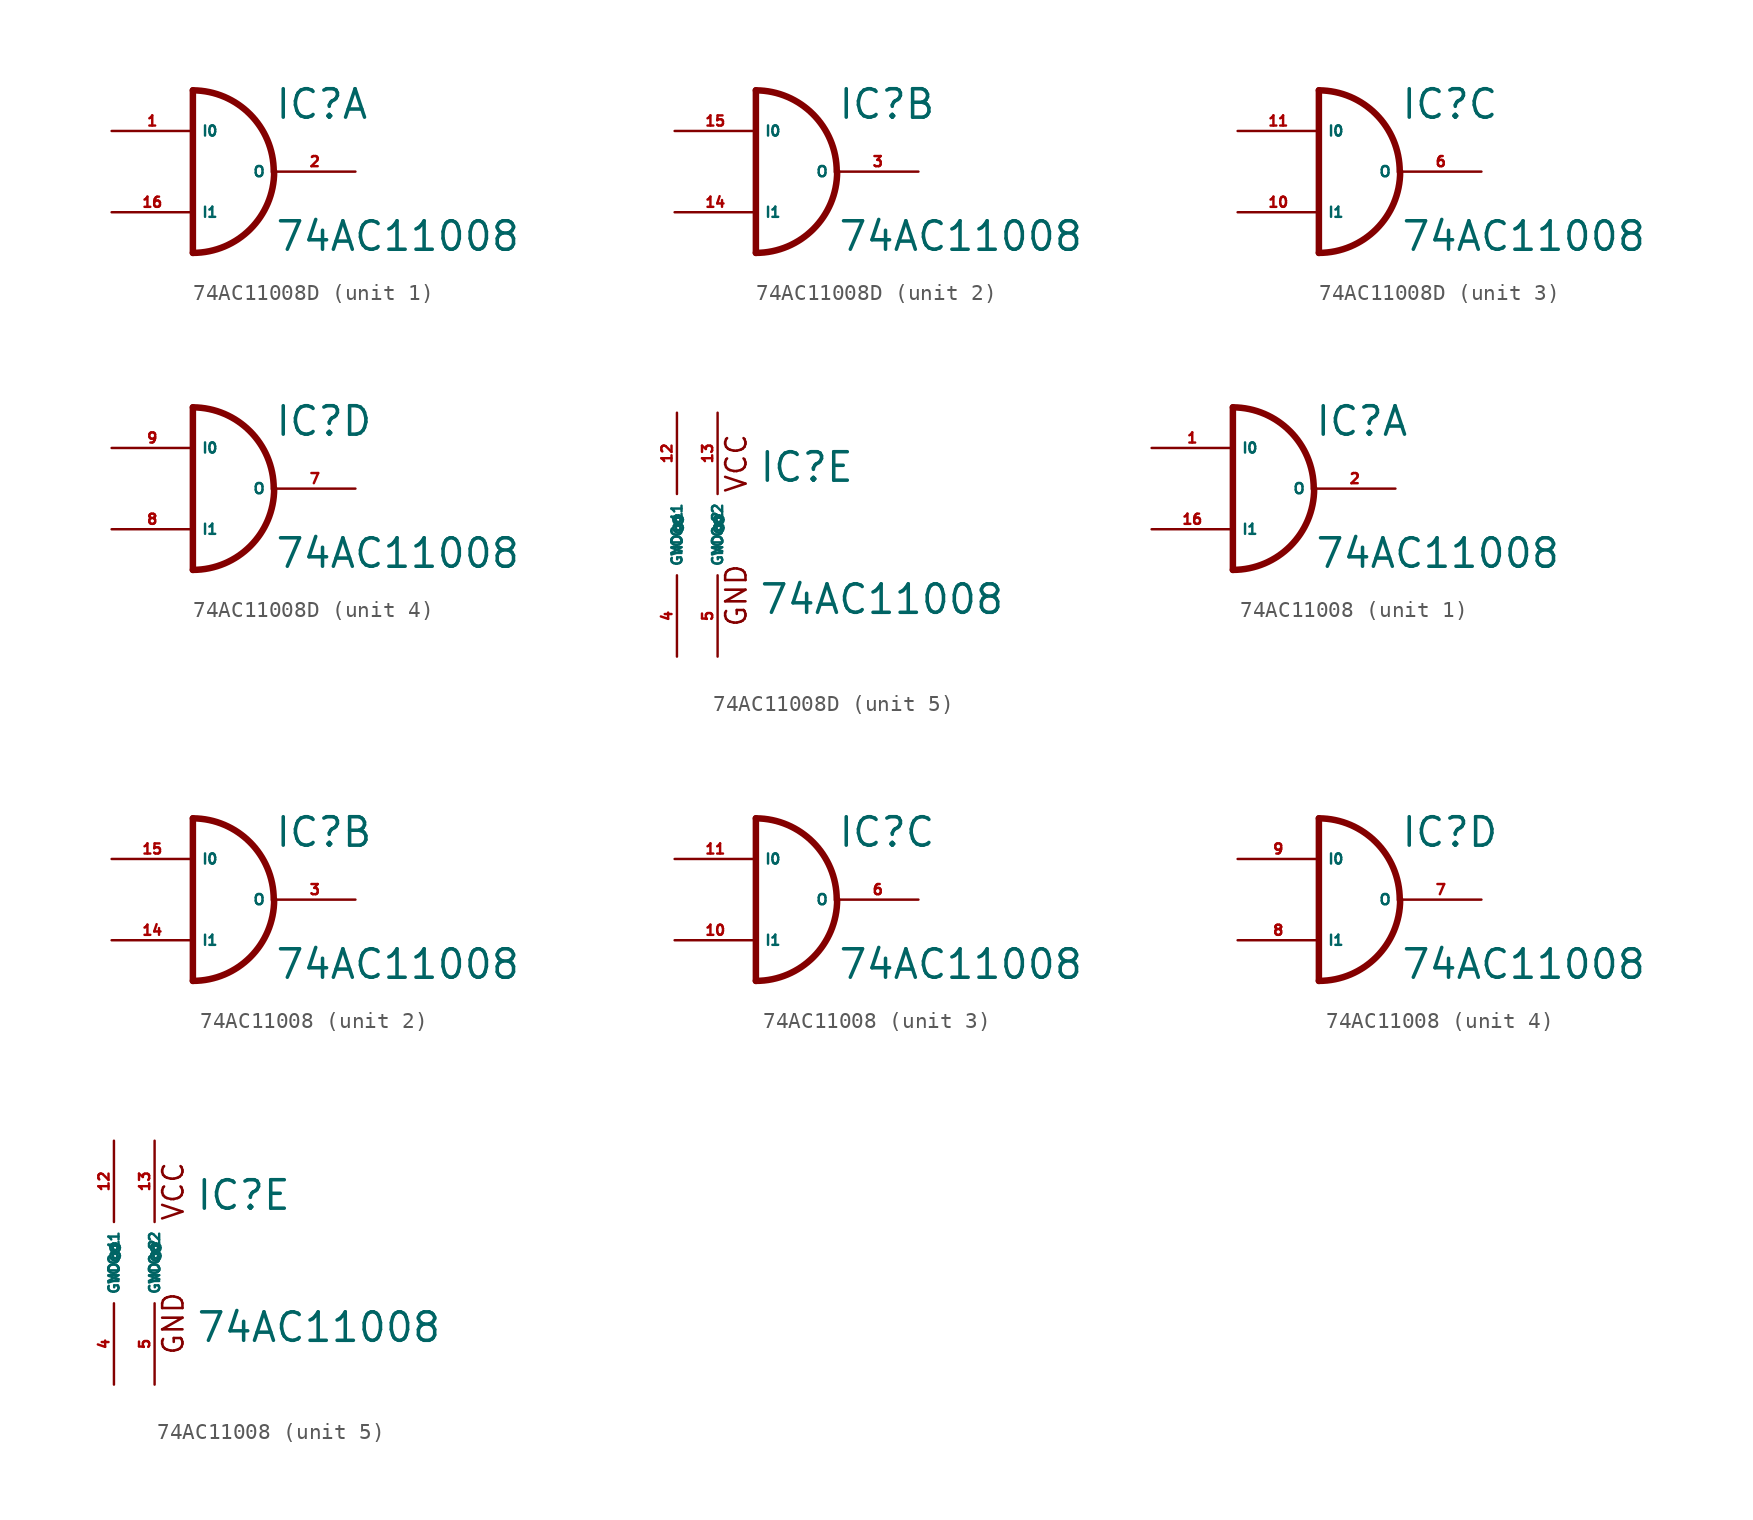
<source format=kicad_sym>
(kicad_symbol_lib
  (version 20220914)
  (generator Eagle2Kicad)
  (symbol "74AC11008D"
    (property "Reference" "IC"
      (at 2.54 3.175 0)
      (effects (font (size 1.778 1.778) (thickness 0.22)) (justify left bottom)))
    (property "Value" "74AC11008"
      (at 2.54 -5.08 0)
      (effects (font (size 1.778 1.778) (thickness 0.22)) (justify left bottom)))
    (symbol "74AC11008D_1_0"
      (polyline (pts (xy -2.54 5.08) (xy -2.54 -5.08)) (stroke (width 0.406) (type default)) (fill (type none)))
      (arc (start 2.5147 0) (mid 1.036 3.583) (end -2.54 5.08) (stroke (width 0.4064) (type default)) (fill (type none)))
      (arc (start -2.54 -5.08) (mid 1.052 -3.592) (end 2.54 0) (stroke (width 0.4064) (type default)) (fill (type none)))
      (pin input line (at -7.62 2.54 0) (length 5.08) (name "I0" (effects (font (size 0.635 0.635) (thickness 0.08)) (justify left bottom))) (number "1" (effects (font (size 0.635 0.635) (thickness 0.08)) (justify left bottom))))
      (pin output line (at 7.62 0 180) (length 5.08) (name "O" (effects (font (size 0.635 0.635) (thickness 0.08)) (justify left bottom))) (number "2" (effects (font (size 0.635 0.635) (thickness 0.08)) (justify left bottom))))
      (pin input line (at -7.62 -2.54 0) (length 5.08) (name "I1" (effects (font (size 0.635 0.635) (thickness 0.08)) (justify left bottom))) (number "16" (effects (font (size 0.635 0.635) (thickness 0.08)) (justify left bottom)))))
    (symbol "74AC11008D_2_0"
      (polyline (pts (xy -2.54 5.08) (xy -2.54 -5.08)) (stroke (width 0.406) (type default)) (fill (type none)))
      (arc (start 2.5147 0) (mid 1.036 3.583) (end -2.54 5.08) (stroke (width 0.4064) (type default)) (fill (type none)))
      (arc (start -2.54 -5.08) (mid 1.052 -3.592) (end 2.54 0) (stroke (width 0.4064) (type default)) (fill (type none)))
      (pin input line (at -7.62 2.54 0) (length 5.08) (name "I0" (effects (font (size 0.635 0.635) (thickness 0.08)) (justify left bottom))) (number "15" (effects (font (size 0.635 0.635) (thickness 0.08)) (justify left bottom))))
      (pin output line (at 7.62 0 180) (length 5.08) (name "O" (effects (font (size 0.635 0.635) (thickness 0.08)) (justify left bottom))) (number "3" (effects (font (size 0.635 0.635) (thickness 0.08)) (justify left bottom))))
      (pin input line (at -7.62 -2.54 0) (length 5.08) (name "I1" (effects (font (size 0.635 0.635) (thickness 0.08)) (justify left bottom))) (number "14" (effects (font (size 0.635 0.635) (thickness 0.08)) (justify left bottom)))))
    (symbol "74AC11008D_3_0"
      (polyline (pts (xy -2.54 5.08) (xy -2.54 -5.08)) (stroke (width 0.406) (type default)) (fill (type none)))
      (arc (start 2.5147 0) (mid 1.036 3.583) (end -2.54 5.08) (stroke (width 0.4064) (type default)) (fill (type none)))
      (arc (start -2.54 -5.08) (mid 1.052 -3.592) (end 2.54 0) (stroke (width 0.4064) (type default)) (fill (type none)))
      (pin input line (at -7.62 2.54 0) (length 5.08) (name "I0" (effects (font (size 0.635 0.635) (thickness 0.08)) (justify left bottom))) (number "11" (effects (font (size 0.635 0.635) (thickness 0.08)) (justify left bottom))))
      (pin output line (at 7.62 0 180) (length 5.08) (name "O" (effects (font (size 0.635 0.635) (thickness 0.08)) (justify left bottom))) (number "6" (effects (font (size 0.635 0.635) (thickness 0.08)) (justify left bottom))))
      (pin input line (at -7.62 -2.54 0) (length 5.08) (name "I1" (effects (font (size 0.635 0.635) (thickness 0.08)) (justify left bottom))) (number "10" (effects (font (size 0.635 0.635) (thickness 0.08)) (justify left bottom)))))
    (symbol "74AC11008D_4_0"
      (polyline (pts (xy -2.54 5.08) (xy -2.54 -5.08)) (stroke (width 0.406) (type default)) (fill (type none)))
      (arc (start 2.5147 0) (mid 1.036 3.583) (end -2.54 5.08) (stroke (width 0.4064) (type default)) (fill (type none)))
      (arc (start -2.54 -5.08) (mid 1.052 -3.592) (end 2.54 0) (stroke (width 0.4064) (type default)) (fill (type none)))
      (pin input line (at -7.62 2.54 0) (length 5.08) (name "I0" (effects (font (size 0.635 0.635) (thickness 0.08)) (justify left bottom))) (number "9" (effects (font (size 0.635 0.635) (thickness 0.08)) (justify left bottom))))
      (pin output line (at 7.62 0 180) (length 5.08) (name "O" (effects (font (size 0.635 0.635) (thickness 0.08)) (justify left bottom))) (number "7" (effects (font (size 0.635 0.635) (thickness 0.08)) (justify left bottom))))
      (pin input line (at -7.62 -2.54 0) (length 5.08) (name "I1" (effects (font (size 0.635 0.635) (thickness 0.08)) (justify left bottom))) (number "8" (effects (font (size 0.635 0.635) (thickness 0.08)) (justify left bottom)))))
    (symbol "74AC11008D_5_0"
      (text "VCC" (at 1.905 2.54 900) (effects (font (size 1.27 1.27) (thickness 0.16)) (justify left bottom)))
      (text "GND" (at 1.905 -5.842 900) (effects (font (size 1.27 1.27) (thickness 0.16)) (justify left bottom)))
      (pin unspecified line (at -2.54 -7.62 90) (length 5.08) (name "GND@1" (effects (font (size 0.635 0.635) (thickness 0.08)) (justify left bottom))) (number "4" (effects (font (size 0.635 0.635) (thickness 0.08)) (justify left bottom))))
      (pin unspecified line (at 0 -7.62 90) (length 5.08) (name "GND@2" (effects (font (size 0.635 0.635) (thickness 0.08)) (justify left bottom))) (number "5" (effects (font (size 0.635 0.635) (thickness 0.08)) (justify left bottom))))
      (pin unspecified line (at -2.54 7.62 270) (length 5.08) (name "VCC@1" (effects (font (size 0.635 0.635) (thickness 0.08)) (justify left bottom))) (number "12" (effects (font (size 0.635 0.635) (thickness 0.08)) (justify left bottom))))
      (pin unspecified line (at 0 7.62 270) (length 5.08) (name "VCC@2" (effects (font (size 0.635 0.635) (thickness 0.08)) (justify left bottom))) (number "13" (effects (font (size 0.635 0.635) (thickness 0.08)) (justify left bottom))))))
  (symbol "74AC11008"
    (property "Reference" "IC"
      (at 2.54 3.175 0)
      (effects (font (size 1.778 1.778) (thickness 0.22)) (justify left bottom)))
    (property "Value" "74AC11008"
      (at 2.54 -5.08 0)
      (effects (font (size 1.778 1.778) (thickness 0.22)) (justify left bottom)))
    (symbol "74AC11008_1_0"
      (polyline (pts (xy -2.54 5.08) (xy -2.54 -5.08)) (stroke (width 0.406) (type default)) (fill (type none)))
      (arc (start 2.5147 0) (mid 1.036 3.583) (end -2.54 5.08) (stroke (width 0.4064) (type default)) (fill (type none)))
      (arc (start -2.54 -5.08) (mid 1.052 -3.592) (end 2.54 0) (stroke (width 0.4064) (type default)) (fill (type none)))
      (pin input line (at -7.62 2.54 0) (length 5.08) (name "I0" (effects (font (size 0.635 0.635) (thickness 0.08)) (justify left bottom))) (number "1" (effects (font (size 0.635 0.635) (thickness 0.08)) (justify left bottom))))
      (pin output line (at 7.62 0 180) (length 5.08) (name "O" (effects (font (size 0.635 0.635) (thickness 0.08)) (justify left bottom))) (number "2" (effects (font (size 0.635 0.635) (thickness 0.08)) (justify left bottom))))
      (pin input line (at -7.62 -2.54 0) (length 5.08) (name "I1" (effects (font (size 0.635 0.635) (thickness 0.08)) (justify left bottom))) (number "16" (effects (font (size 0.635 0.635) (thickness 0.08)) (justify left bottom)))))
    (symbol "74AC11008_2_0"
      (polyline (pts (xy -2.54 5.08) (xy -2.54 -5.08)) (stroke (width 0.406) (type default)) (fill (type none)))
      (arc (start 2.5147 0) (mid 1.036 3.583) (end -2.54 5.08) (stroke (width 0.4064) (type default)) (fill (type none)))
      (arc (start -2.54 -5.08) (mid 1.052 -3.592) (end 2.54 0) (stroke (width 0.4064) (type default)) (fill (type none)))
      (pin input line (at -7.62 2.54 0) (length 5.08) (name "I0" (effects (font (size 0.635 0.635) (thickness 0.08)) (justify left bottom))) (number "15" (effects (font (size 0.635 0.635) (thickness 0.08)) (justify left bottom))))
      (pin output line (at 7.62 0 180) (length 5.08) (name "O" (effects (font (size 0.635 0.635) (thickness 0.08)) (justify left bottom))) (number "3" (effects (font (size 0.635 0.635) (thickness 0.08)) (justify left bottom))))
      (pin input line (at -7.62 -2.54 0) (length 5.08) (name "I1" (effects (font (size 0.635 0.635) (thickness 0.08)) (justify left bottom))) (number "14" (effects (font (size 0.635 0.635) (thickness 0.08)) (justify left bottom)))))
    (symbol "74AC11008_3_0"
      (polyline (pts (xy -2.54 5.08) (xy -2.54 -5.08)) (stroke (width 0.406) (type default)) (fill (type none)))
      (arc (start 2.5147 0) (mid 1.036 3.583) (end -2.54 5.08) (stroke (width 0.4064) (type default)) (fill (type none)))
      (arc (start -2.54 -5.08) (mid 1.052 -3.592) (end 2.54 0) (stroke (width 0.4064) (type default)) (fill (type none)))
      (pin input line (at -7.62 2.54 0) (length 5.08) (name "I0" (effects (font (size 0.635 0.635) (thickness 0.08)) (justify left bottom))) (number "11" (effects (font (size 0.635 0.635) (thickness 0.08)) (justify left bottom))))
      (pin output line (at 7.62 0 180) (length 5.08) (name "O" (effects (font (size 0.635 0.635) (thickness 0.08)) (justify left bottom))) (number "6" (effects (font (size 0.635 0.635) (thickness 0.08)) (justify left bottom))))
      (pin input line (at -7.62 -2.54 0) (length 5.08) (name "I1" (effects (font (size 0.635 0.635) (thickness 0.08)) (justify left bottom))) (number "10" (effects (font (size 0.635 0.635) (thickness 0.08)) (justify left bottom)))))
    (symbol "74AC11008_4_0"
      (polyline (pts (xy -2.54 5.08) (xy -2.54 -5.08)) (stroke (width 0.406) (type default)) (fill (type none)))
      (arc (start 2.5147 0) (mid 1.036 3.583) (end -2.54 5.08) (stroke (width 0.4064) (type default)) (fill (type none)))
      (arc (start -2.54 -5.08) (mid 1.052 -3.592) (end 2.54 0) (stroke (width 0.4064) (type default)) (fill (type none)))
      (pin input line (at -7.62 2.54 0) (length 5.08) (name "I0" (effects (font (size 0.635 0.635) (thickness 0.08)) (justify left bottom))) (number "9" (effects (font (size 0.635 0.635) (thickness 0.08)) (justify left bottom))))
      (pin output line (at 7.62 0 180) (length 5.08) (name "O" (effects (font (size 0.635 0.635) (thickness 0.08)) (justify left bottom))) (number "7" (effects (font (size 0.635 0.635) (thickness 0.08)) (justify left bottom))))
      (pin input line (at -7.62 -2.54 0) (length 5.08) (name "I1" (effects (font (size 0.635 0.635) (thickness 0.08)) (justify left bottom))) (number "8" (effects (font (size 0.635 0.635) (thickness 0.08)) (justify left bottom)))))
    (symbol "74AC11008_5_0"
      (text "VCC" (at 1.905 2.54 900) (effects (font (size 1.27 1.27) (thickness 0.16)) (justify left bottom)))
      (text "GND" (at 1.905 -5.842 900) (effects (font (size 1.27 1.27) (thickness 0.16)) (justify left bottom)))
      (pin unspecified line (at -2.54 -7.62 90) (length 5.08) (name "GND@1" (effects (font (size 0.635 0.635) (thickness 0.08)) (justify left bottom))) (number "4" (effects (font (size 0.635 0.635) (thickness 0.08)) (justify left bottom))))
      (pin unspecified line (at 0 -7.62 90) (length 5.08) (name "GND@2" (effects (font (size 0.635 0.635) (thickness 0.08)) (justify left bottom))) (number "5" (effects (font (size 0.635 0.635) (thickness 0.08)) (justify left bottom))))
      (pin unspecified line (at -2.54 7.62 270) (length 5.08) (name "VCC@1" (effects (font (size 0.635 0.635) (thickness 0.08)) (justify left bottom))) (number "12" (effects (font (size 0.635 0.635) (thickness 0.08)) (justify left bottom))))
      (pin unspecified line (at 0 7.62 270) (length 5.08) (name "VCC@2" (effects (font (size 0.635 0.635) (thickness 0.08)) (justify left bottom))) (number "13" (effects (font (size 0.635 0.635) (thickness 0.08)) (justify left bottom)))))))
</source>
